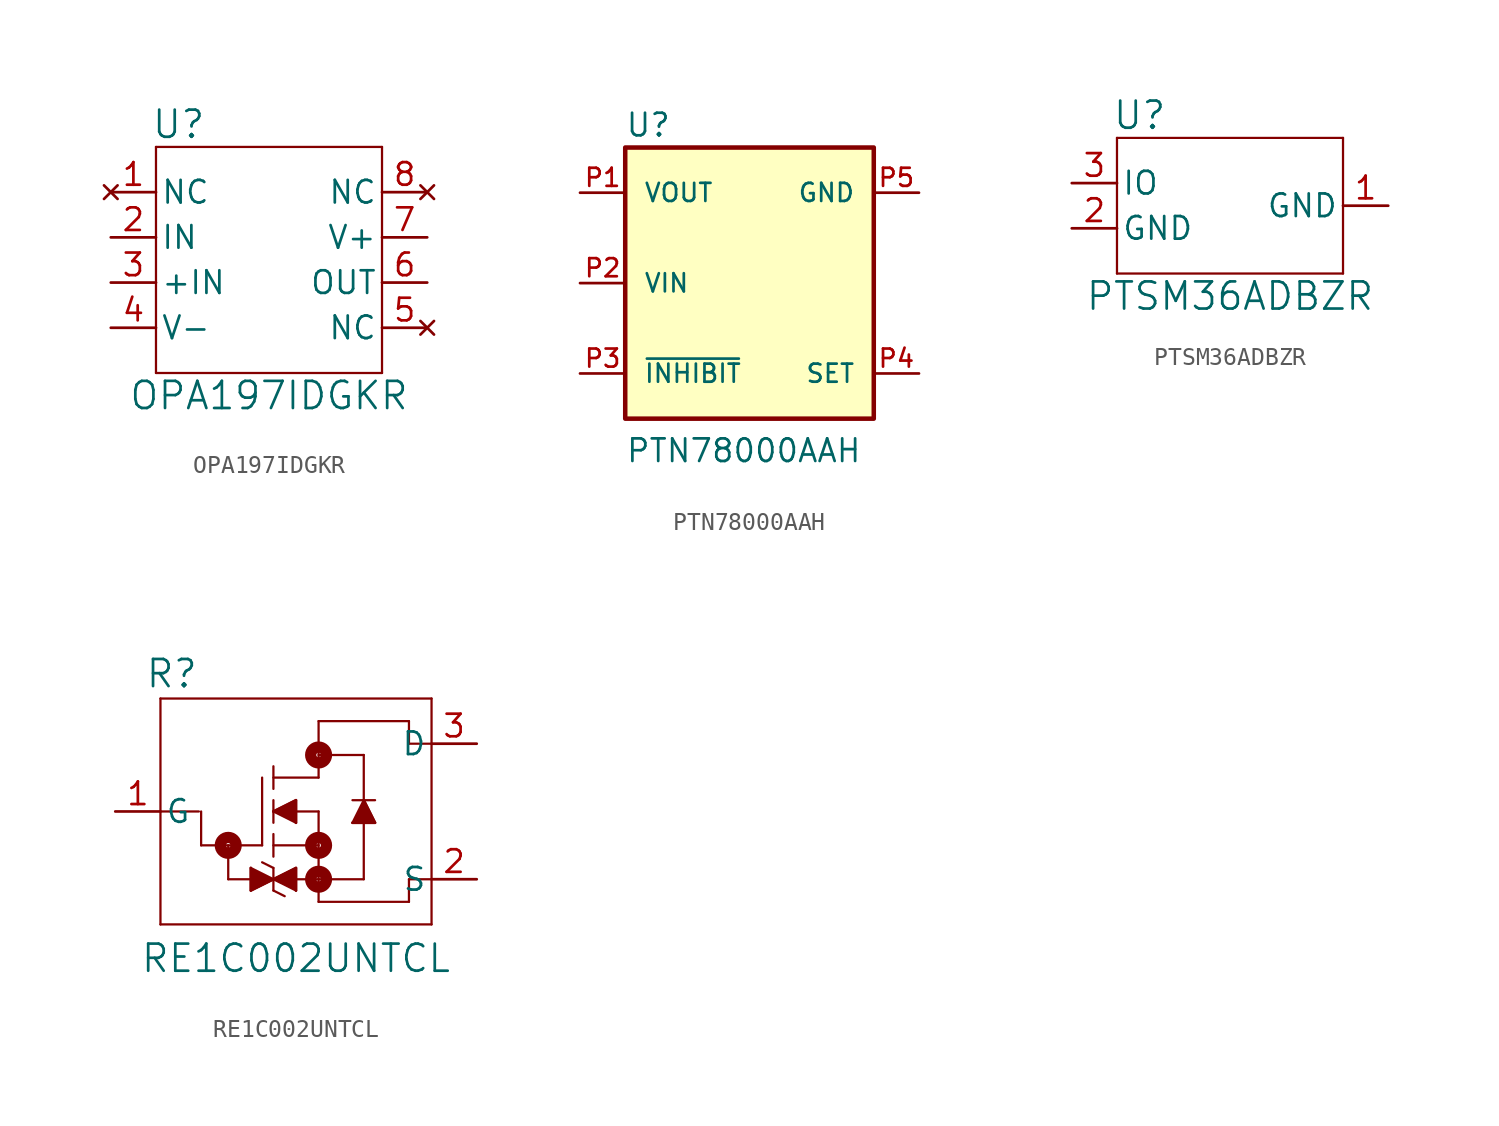
<source format=kicad_sym>
(kicad_symbol_lib
  (version 20211014)
  (generator kicad_symbol_editor)
  (symbol "OPA197IDGKR"
    (pin_names
      (offset 0.254))
    (property "Reference" "U"
      (at 15.24 3.81 0)
      (effects (font (size 1.524 1.524))))
    (property "Value" "OPA197IDGKR"
      (at 20.32 -11.43 0)
      (effects (font (size 1.524 1.524))))
    (symbol "OPA197IDGKR_0_1"
      (polyline (pts (xy 13.97 -10.16) (xy 26.67 -10.16)) (stroke (width 0.127) (type default) (color 0 0 0 0)) (fill (type none)))
      (polyline (pts (xy 13.97 2.54) (xy 13.97 -10.16)) (stroke (width 0.127) (type default) (color 0 0 0 0)) (fill (type none)))
      (polyline (pts (xy 26.67 -10.16) (xy 26.67 2.54)) (stroke (width 0.127) (type default) (color 0 0 0 0)) (fill (type none)))
      (polyline (pts (xy 26.67 2.54) (xy 13.97 2.54)) (stroke (width 0.127) (type default) (color 0 0 0 0)) (fill (type none)))
      (pin no_connect line (at 11.43 0 0) (length 2.54) (name "NC" (effects (font (size 1.27 1.27)))) (number "1" (effects (font (size 1.27 1.27)))))
      (pin unspecified line (at 11.43 -2.54 0) (length 2.54) (name "IN" (effects (font (size 1.27 1.27)))) (number "2" (effects (font (size 1.27 1.27)))))
      (pin input line (at 11.43 -5.08 0) (length 2.54) (name "+IN" (effects (font (size 1.27 1.27)))) (number "3" (effects (font (size 1.27 1.27)))))
      (pin power_in line (at 11.43 -7.62 0) (length 2.54) (name "V-" (effects (font (size 1.27 1.27)))) (number "4" (effects (font (size 1.27 1.27)))))
      (pin no_connect line (at 29.21 -7.62 180) (length 2.54) (name "NC" (effects (font (size 1.27 1.27)))) (number "5" (effects (font (size 1.27 1.27)))))
      (pin output line (at 29.21 -5.08 180) (length 2.54) (name "OUT" (effects (font (size 1.27 1.27)))) (number "6" (effects (font (size 1.27 1.27)))))
      (pin power_in line (at 29.21 -2.54 180) (length 2.54) (name "V+" (effects (font (size 1.27 1.27)))) (number "7" (effects (font (size 1.27 1.27)))))
      (pin no_connect line (at 29.21 0 180) (length 2.54) (name "NC" (effects (font (size 1.27 1.27)))) (number "8" (effects (font (size 1.27 1.27)))))))
  (symbol "PTN78000AAH"
    (pin_names
      (offset 1.016))
    (property "Reference" "U"
      (at -6.367 8.142 0)
      (effects (font (size 1.27 1.27)) (justify left bottom)))
    (property "Value" "PTN78000AAH"
      (at -6.35 -10.16 0)
      (effects (font (size 1.27 1.27)) (justify left bottom)))
    (symbol "PTN78000AAH_0_0"
      (rectangle (start -6.35 7.62) (end 7.62 -7.62) (stroke (width 0.254) (type default) (color 0 0 0 0)) (fill (type background)))
      (pin power_in line (at -8.89 5.08 0) (length 2.54) (name "VOUT" (effects (font (size 1.016 1.016)))) (number "P1" (effects (font (size 1.016 1.016)))))
      (pin power_in line (at -8.89 0 0) (length 2.54) (name "VIN" (effects (font (size 1.016 1.016)))) (number "P2" (effects (font (size 1.016 1.016)))))
      (pin bidirectional line (at -8.89 -5.08 0) (length 2.54) (name "~{INHIBIT}" (effects (font (size 1.016 1.016)))) (number "P3" (effects (font (size 1.016 1.016)))))
      (pin bidirectional line (at 10.16 -5.08 180) (length 2.54) (name "SET" (effects (font (size 1.016 1.016)))) (number "P4" (effects (font (size 1.016 1.016)))))
      (pin power_in line (at 10.16 5.08 180) (length 2.54) (name "GND" (effects (font (size 1.016 1.016)))) (number "P5" (effects (font (size 1.016 1.016)))))))
  (symbol "PTSM36ADBZR"
    (pin_names
      (offset 0.254))
    (property "Reference" "U"
      (at -5.08 5.08 0)
      (effects (font (size 1.524 1.524))))
    (property "Value" "PTSM36ADBZR"
      (at 0 -5.08 0)
      (effects (font (size 1.524 1.524))))
    (symbol "PTSM36ADBZR_0_1"
      (polyline (pts (xy -6.35 -3.81) (xy 6.35 -3.81)) (stroke (width 0.127) (type default) (color 0 0 0 0)) (fill (type none)))
      (polyline (pts (xy -6.35 3.81) (xy -6.35 -3.81)) (stroke (width 0.127) (type default) (color 0 0 0 0)) (fill (type none)))
      (polyline (pts (xy 6.35 -3.81) (xy 6.35 3.81)) (stroke (width 0.127) (type default) (color 0 0 0 0)) (fill (type none)))
      (polyline (pts (xy 6.35 3.81) (xy -6.35 3.81)) (stroke (width 0.127) (type default) (color 0 0 0 0)) (fill (type none)))
      (pin bidirectional line (at 8.89 0 180) (length 2.54) (name "GND" (effects (font (size 1.27 1.27)))) (number "1" (effects (font (size 1.27 1.27)))))
      (pin bidirectional line (at -8.89 -1.27 0) (length 2.54) (name "GND" (effects (font (size 1.27 1.27)))) (number "2" (effects (font (size 1.27 1.27)))))
      (pin bidirectional line (at -8.89 1.27 0) (length 2.54) (name "IO" (effects (font (size 1.27 1.27)))) (number "3" (effects (font (size 1.27 1.27)))))))
  (symbol "RE1C002UNTCL"
    (pin_names
      (offset 0.254))
    (property "Reference" "R"
      (at 14.605 9.017 0)
      (effects (font (size 1.524 1.524))))
    (property "Value" "RE1C002UNTCL"
      (at 21.59 -6.985 0)
      (effects (font (size 1.524 1.524))))
    (symbol "RE1C002UNTCL_0_1"
      (polyline (pts (xy 13.97 -5.08) (xy 29.21 -5.08)) (stroke (width 0.127) (type default) (color 0 0 0 0)) (fill (type none)))
      (polyline (pts (xy 13.97 7.62) (xy 13.97 -5.08)) (stroke (width 0.127) (type default) (color 0 0 0 0)) (fill (type none)))
      (polyline (pts (xy 16.129 1.27) (xy 13.97 1.27)) (stroke (width 0.127) (type default) (color 0 0 0 0)) (fill (type none)))
      (polyline (pts (xy 16.256 -0.635) (xy 16.256 1.27)) (stroke (width 0.127) (type default) (color 0 0 0 0)) (fill (type none)))
      (polyline (pts (xy 17.78 -2.54) (xy 25.4 -2.54)) (stroke (width 0.127) (type default) (color 0 0 0 0)) (fill (type none)))
      (polyline (pts (xy 17.78 -0.635) (xy 17.78 -2.54)) (stroke (width 0.127) (type default) (color 0 0 0 0)) (fill (type none)))
      (polyline (pts (xy 19.05 -3.175) (xy 20.32 -2.54)) (stroke (width 0.127) (type default) (color 0 0 0 0)) (fill (type none)))
      (polyline (pts (xy 19.05 -1.905) (xy 19.05 -3.175)) (stroke (width 0.127) (type default) (color 0 0 0 0)) (fill (type none)))
      (polyline (pts (xy 19.685 -0.635) (xy 16.256 -0.635)) (stroke (width 0.127) (type default) (color 0 0 0 0)) (fill (type none)))
      (polyline (pts (xy 19.685 3.175) (xy 19.685 -0.635)) (stroke (width 0.127) (type default) (color 0 0 0 0)) (fill (type none)))
      (polyline (pts (xy 20.32 -3.175) (xy 20.955 -3.493)) (stroke (width 0.127) (type default) (color 0 0 0 0)) (fill (type none)))
      (polyline (pts (xy 20.32 -2.54) (xy 19.05 -1.905)) (stroke (width 0.127) (type default) (color 0 0 0 0)) (fill (type none)))
      (polyline (pts (xy 20.32 -2.54) (xy 21.59 -1.905)) (stroke (width 0.127) (type default) (color 0 0 0 0)) (fill (type none)))
      (polyline (pts (xy 20.32 -1.905) (xy 19.685 -1.587)) (stroke (width 0.127) (type default) (color 0 0 0 0)) (fill (type none)))
      (polyline (pts (xy 20.32 -1.905) (xy 20.32 -3.175)) (stroke (width 0.127) (type default) (color 0 0 0 0)) (fill (type none)))
      (polyline (pts (xy 20.32 -0.635) (xy 22.86 -0.635)) (stroke (width 0.127) (type default) (color 0 0 0 0)) (fill (type none)))
      (polyline (pts (xy 20.32 0) (xy 20.32 -1.27)) (stroke (width 0.127) (type default) (color 0 0 0 0)) (fill (type none)))
      (polyline (pts (xy 20.32 1.27) (xy 21.59 1.905)) (stroke (width 0.127) (type default) (color 0 0 0 0)) (fill (type none)))
      (polyline (pts (xy 20.32 1.905) (xy 20.32 0.635)) (stroke (width 0.127) (type default) (color 0 0 0 0)) (fill (type none)))
      (polyline (pts (xy 20.32 2.54) (xy 20.32 3.81)) (stroke (width 0.127) (type default) (color 0 0 0 0)) (fill (type none)))
      (polyline (pts (xy 20.32 3.175) (xy 22.86 3.175)) (stroke (width 0.127) (type default) (color 0 0 0 0)) (fill (type none)))
      (polyline (pts (xy 21.59 -3.175) (xy 20.32 -2.54)) (stroke (width 0.127) (type default) (color 0 0 0 0)) (fill (type none)))
      (polyline (pts (xy 21.59 -1.905) (xy 21.59 -3.175)) (stroke (width 0.127) (type default) (color 0 0 0 0)) (fill (type none)))
      (polyline (pts (xy 21.59 0.635) (xy 20.32 1.27)) (stroke (width 0.127) (type default) (color 0 0 0 0)) (fill (type none)))
      (polyline (pts (xy 21.59 1.905) (xy 21.59 0.635)) (stroke (width 0.127) (type default) (color 0 0 0 0)) (fill (type none)))
      (polyline (pts (xy 22.86 1.27) (xy 20.32 1.27)) (stroke (width 0.127) (type default) (color 0 0 0 0)) (fill (type none)))
      (polyline (pts (xy 22.86 1.27) (xy 22.86 -3.81)) (stroke (width 0.127) (type default) (color 0 0 0 0)) (fill (type none)))
      (polyline (pts (xy 22.86 3.175) (xy 22.86 6.35)) (stroke (width 0.127) (type default) (color 0 0 0 0)) (fill (type none)))
      (polyline (pts (xy 22.86 4.445) (xy 25.4 4.445)) (stroke (width 0.127) (type default) (color 0 0 0 0)) (fill (type none)))
      (polyline (pts (xy 22.86 6.35) (xy 27.94 6.35)) (stroke (width 0.127) (type default) (color 0 0 0 0)) (fill (type none)))
      (polyline (pts (xy 24.765 0.635) (xy 26.035 0.635)) (stroke (width 0.127) (type default) (color 0 0 0 0)) (fill (type none)))
      (polyline (pts (xy 24.765 1.905) (xy 26.035 1.905)) (stroke (width 0.127) (type default) (color 0 0 0 0)) (fill (type none)))
      (polyline (pts (xy 25.4 -2.54) (xy 25.4 4.445)) (stroke (width 0.127) (type default) (color 0 0 0 0)) (fill (type none)))
      (polyline (pts (xy 25.4 1.905) (xy 24.765 0.635)) (stroke (width 0.127) (type default) (color 0 0 0 0)) (fill (type none)))
      (polyline (pts (xy 26.035 0.635) (xy 25.4 1.905)) (stroke (width 0.127) (type default) (color 0 0 0 0)) (fill (type none)))
      (polyline (pts (xy 27.94 -3.81) (xy 22.86 -3.81)) (stroke (width 0.127) (type default) (color 0 0 0 0)) (fill (type none)))
      (polyline (pts (xy 27.94 -2.54) (xy 27.94 -3.81)) (stroke (width 0.127) (type default) (color 0 0 0 0)) (fill (type none)))
      (polyline (pts (xy 27.94 5.08) (xy 29.21 5.08)) (stroke (width 0.127) (type default) (color 0 0 0 0)) (fill (type none)))
      (polyline (pts (xy 27.94 6.35) (xy 27.94 5.08)) (stroke (width 0.127) (type default) (color 0 0 0 0)) (fill (type none)))
      (polyline (pts (xy 29.21 -5.08) (xy 29.21 7.62)) (stroke (width 0.127) (type default) (color 0 0 0 0)) (fill (type none)))
      (polyline (pts (xy 29.21 -2.54) (xy 27.94 -2.54)) (stroke (width 0.127) (type default) (color 0 0 0 0)) (fill (type none)))
      (polyline (pts (xy 29.21 7.62) (xy 13.97 7.62)) (stroke (width 0.127) (type default) (color 0 0 0 0)) (fill (type none)))
      (polyline (pts (xy 20.32 1.27) (xy 21.59 1.905) (xy 21.59 0.635)) (stroke (width 0) (type default) (color 0 0 0 0)) (fill (type outline)))
      (polyline (pts (xy 24.765 0.635) (xy 26.035 0.635) (xy 25.4 1.905)) (stroke (width 0) (type default) (color 0 0 0 0)) (fill (type outline)))
      (polyline (pts (xy 19.05 -1.905) (xy 19.05 -3.175) (xy 21.59 -1.905) (xy 21.59 -3.175)) (stroke (width 0) (type default) (color 0 0 0 0)) (fill (type outline)))
      (circle (center 17.78 -0.635) (radius 0.127) (stroke (width 0.635) (type default) (color 0 0 0 0)) (fill (type none)))
      (circle (center 22.86 -2.54) (radius 0.127) (stroke (width 0.635) (type default) (color 0 0 0 0)) (fill (type none)))
      (circle (center 22.86 -0.635) (radius 0.127) (stroke (width 0.635) (type default) (color 0 0 0 0)) (fill (type none)))
      (circle (center 22.86 4.445) (radius 0.127) (stroke (width 0.635) (type default) (color 0 0 0 0)) (fill (type none)))
      (pin unspecified line (at 11.43 1.27 0) (length 2.54) (name "G" (effects (font (size 1.27 1.27)))) (number "1" (effects (font (size 1.27 1.27)))))
      (pin bidirectional line (at 31.75 -2.54 180) (length 2.54) (name "S" (effects (font (size 1.27 1.27)))) (number "2" (effects (font (size 1.27 1.27)))))
      (pin unspecified line (at 31.75 5.08 180) (length 2.54) (name "D" (effects (font (size 1.27 1.27)))) (number "3" (effects (font (size 1.27 1.27))))))))
</source>
